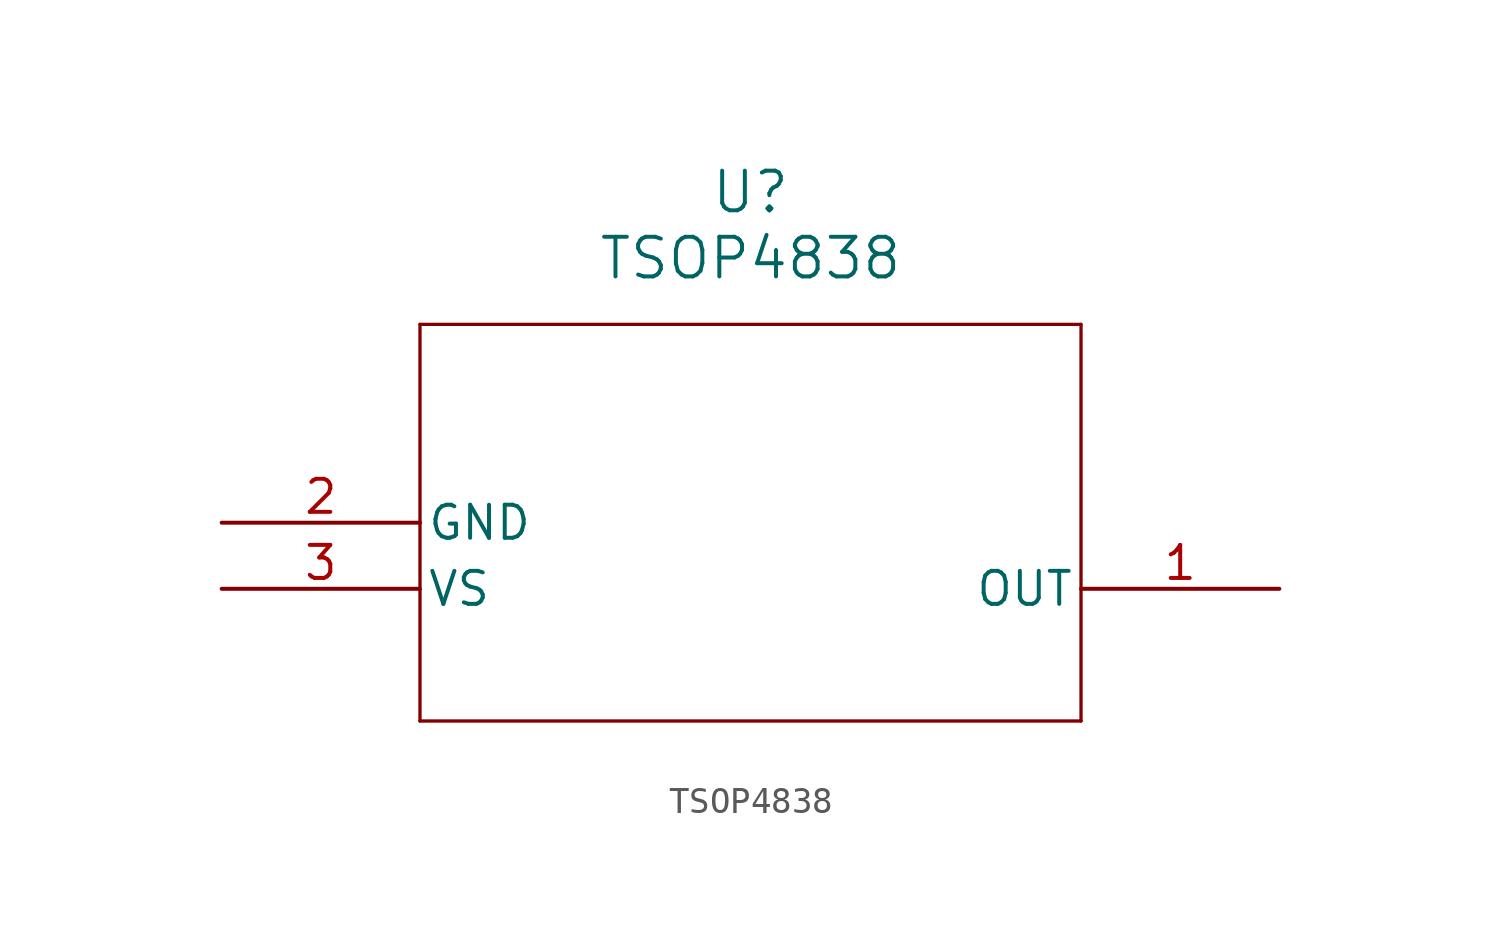
<source format=kicad_sym>
(kicad_symbol_lib
  (version 20231120)
  (generator "kicad_symbol_editor")
  (generator_version "8.0")
  (symbol "TSOP4838"
    (pin_names
      (offset 0.254))
    (property "Reference" "U"
      (at 20.32 12.7 0)
      (effects (font (size 1.524 1.524))))
    (property "Value" "TSOP4838"
      (at 20.32 10.16 0)
      (effects (font (size 1.524 1.524))))
    (property "ki_locked" ""
      (at 0 0 0)
      (effects (font (size 1.27 1.27))))
    (symbol "TSOP4838_0_1"
      (polyline (pts (xy 7.62 -7.62) (xy 33.02 -7.62)) (stroke (width 0.127) (type default)) (fill (type none)))
      (polyline (pts (xy 7.62 7.62) (xy 7.62 -7.62)) (stroke (width 0.127) (type default)) (fill (type none)))
      (polyline (pts (xy 33.02 -7.62) (xy 33.02 7.62)) (stroke (width 0.127) (type default)) (fill (type none)))
      (polyline (pts (xy 33.02 7.62) (xy 7.62 7.62)) (stroke (width 0.127) (type default)) (fill (type none)))
      (pin output line (at 40.64 -2.54 180) (length 7.62) (name "OUT" (effects (font (size 1.27 1.27)))) (number "1" (effects (font (size 1.27 1.27)))))
      (pin power_out line (at 0 0 0) (length 7.62) (name "GND" (effects (font (size 1.27 1.27)))) (number "2" (effects (font (size 1.27 1.27)))))
      (pin power_in line (at 0 -2.54 0) (length 7.62) (name "VS" (effects (font (size 1.27 1.27)))) (number "3" (effects (font (size 1.27 1.27))))))))
</source>
